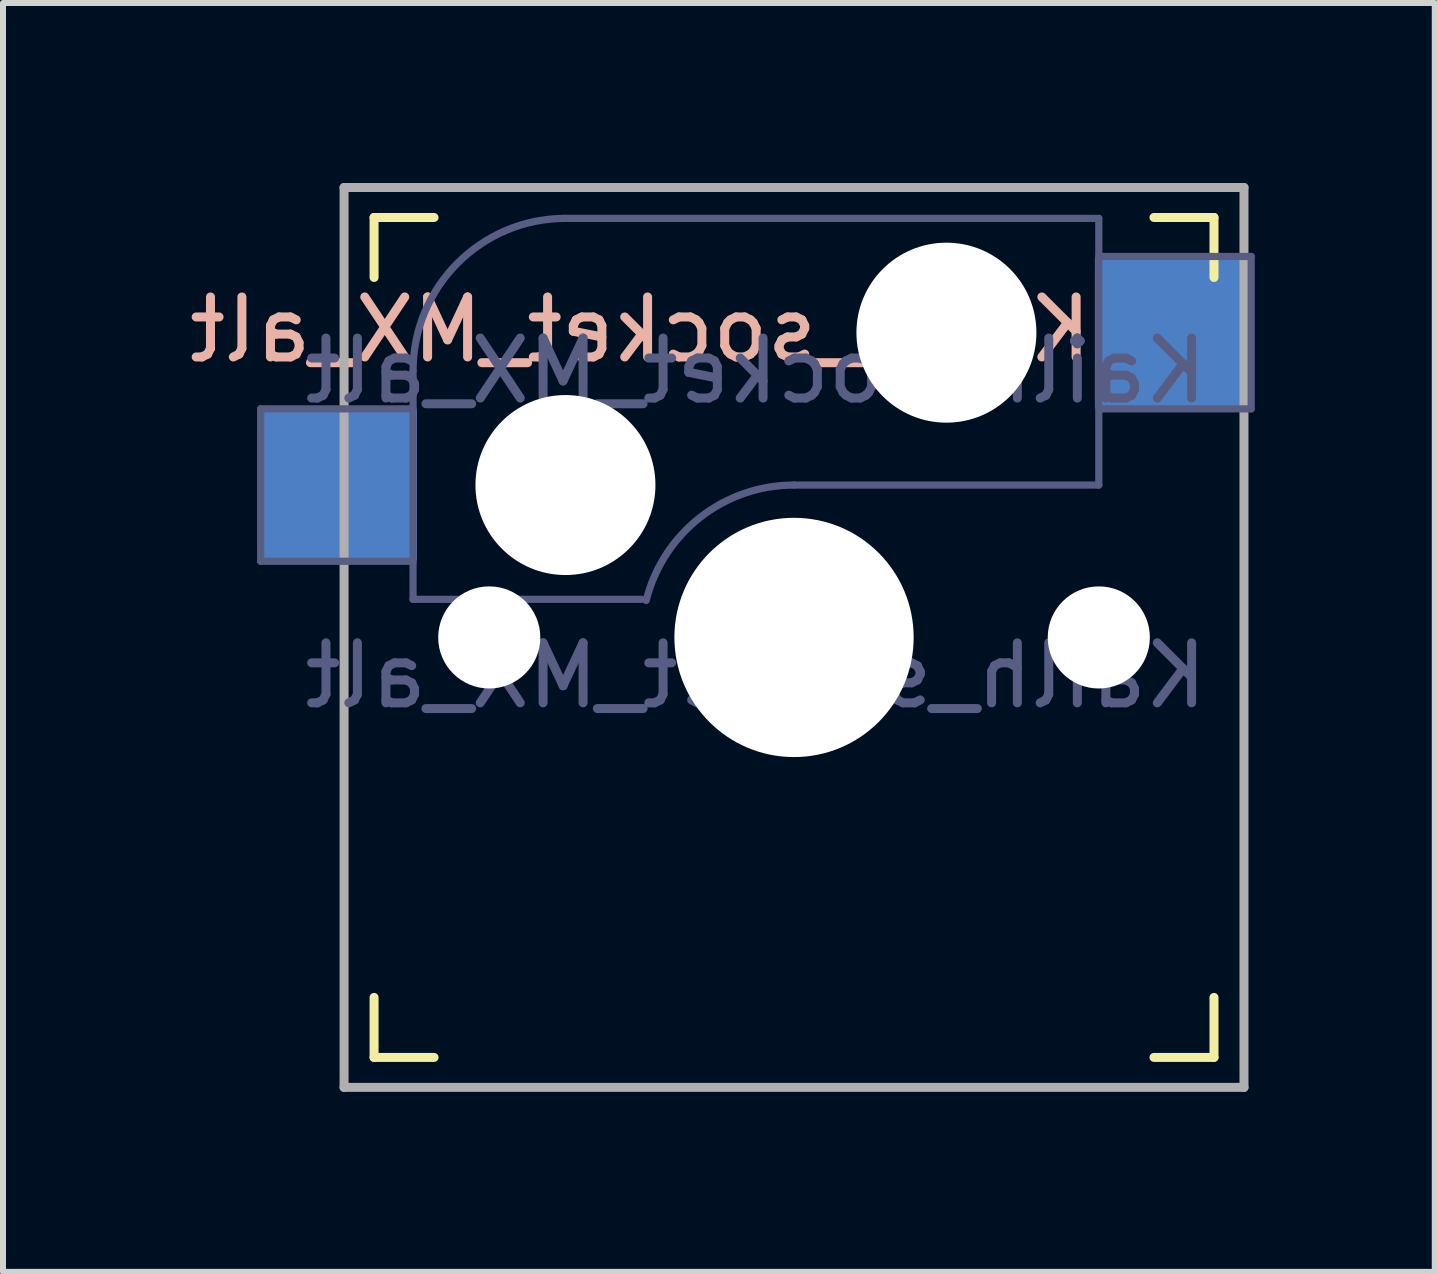
<source format=kicad_pcb>
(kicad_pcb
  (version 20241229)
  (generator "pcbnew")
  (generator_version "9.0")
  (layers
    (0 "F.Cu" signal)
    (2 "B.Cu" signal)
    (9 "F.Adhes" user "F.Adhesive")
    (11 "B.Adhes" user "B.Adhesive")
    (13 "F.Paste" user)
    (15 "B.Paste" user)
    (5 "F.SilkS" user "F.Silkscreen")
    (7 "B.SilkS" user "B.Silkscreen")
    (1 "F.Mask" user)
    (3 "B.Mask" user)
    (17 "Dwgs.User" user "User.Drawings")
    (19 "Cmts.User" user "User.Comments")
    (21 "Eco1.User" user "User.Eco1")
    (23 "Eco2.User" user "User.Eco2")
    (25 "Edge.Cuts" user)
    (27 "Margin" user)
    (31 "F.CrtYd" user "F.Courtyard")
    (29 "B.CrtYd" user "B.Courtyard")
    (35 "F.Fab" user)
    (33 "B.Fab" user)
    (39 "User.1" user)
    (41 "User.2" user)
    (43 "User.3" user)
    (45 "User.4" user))
  (footprint "Kailh_socket_MX_alt"
    (layer "F.Cu")
    (at 10.185 7.575)
    (property "Reference" "Kailh_socket_MX_alt" (at -2.56 -5.13 0) (layer "B.SilkS") (effects (font (size 1 1) (thickness 0.15)) (justify mirror)))
    (property "Value" "Kailh_socket_MX_alt" (at 0 8.255 0) (layer "F.Fab") (hide yes) (effects (font (size 1 1) (thickness 0.15))))
    (attr smd)
    (fp_line (start -7 -6) (end -7 -7) (stroke (width 0.15) (type solid)) (layer "F.SilkS"))
    (fp_line (start -7 7) (end -7 6) (stroke (width 0.15) (type solid)) (layer "F.SilkS"))
    (fp_line (start -7 7) (end -6 7) (stroke (width 0.15) (type solid)) (layer "F.SilkS"))
    (fp_line (start -6 -7) (end -7 -7) (stroke (width 0.15) (type solid)) (layer "F.SilkS"))
    (fp_line (start 6 7) (end 7 7) (stroke (width 0.15) (type solid)) (layer "F.SilkS"))
    (fp_line (start 7 -7) (end 6 -7) (stroke (width 0.15) (type solid)) (layer "F.SilkS"))
    (fp_line (start 7 -7) (end 7 -6) (stroke (width 0.15) (type solid)) (layer "F.SilkS"))
    (fp_line (start 7 6) (end 7 7) (stroke (width 0.15) (type solid)) (layer "F.SilkS"))
    (fp_line (start -6.9 6.9) (end -6.9 -6.9) (stroke (width 0.15) (type solid)) (layer "Eco2.User"))
    (fp_line (start -6.9 6.9) (end 6.9 6.9) (stroke (width 0.15) (type solid)) (layer "Eco2.User"))
    (fp_line (start 6.9 -6.9) (end -6.9 -6.9) (stroke (width 0.15) (type solid)) (layer "Eco2.User"))
    (fp_line (start 6.9 -6.9) (end 6.9 6.9) (stroke (width 0.15) (type solid)) (layer "Eco2.User"))
    (fp_line (start -8.89 -3.81) (end -6.35 -3.81) (stroke (width 0.12) (type solid)) (layer "B.Fab"))
    (fp_line (start -8.89 -1.27) (end -8.89 -3.81) (stroke (width 0.12) (type solid)) (layer "B.Fab"))
    (fp_line (start -6.35 -1.27) (end -8.89 -1.27) (stroke (width 0.12) (type solid)) (layer "B.Fab"))
    (fp_line (start -6.35 -0.635) (end -6.35 -4.445) (stroke (width 0.12) (type solid)) (layer "B.Fab"))
    (fp_line (start -6.35 -0.635) (end -2.54 -0.635) (stroke (width 0.12) (type solid)) (layer "B.Fab"))
    (fp_line (start -3.81 -6.985) (end 5.08 -6.985) (stroke (width 0.12) (type solid)) (layer "B.Fab"))
    (fp_line (start 5.08 -6.985) (end 5.08 -2.54) (stroke (width 0.12) (type solid)) (layer "B.Fab"))
    (fp_line (start 5.08 -6.35) (end 7.62 -6.35) (stroke (width 0.12) (type solid)) (layer "B.Fab"))
    (fp_line (start 5.08 -2.54) (end 0 -2.54) (stroke (width 0.12) (type solid)) (layer "B.Fab"))
    (fp_line (start 7.62 -6.35) (end 7.62 -3.81) (stroke (width 0.12) (type solid)) (layer "B.Fab"))
    (fp_line (start 7.62 -3.81) (end 5.08 -3.81) (stroke (width 0.12) (type solid)) (layer "B.Fab"))
    (fp_arc (start -6.35 -4.445) (mid -5.606051 -6.241051) (end -3.81 -6.985) (stroke (width 0.12) (type solid)) (layer "B.Fab"))
    (fp_arc (start -2.464162 -0.61604) (mid -1.563147 -2.002042) (end 0 -2.54) (stroke (width 0.12) (type solid)) (layer "B.Fab"))
    (fp_line (start -7.5 -7.5) (end 7.5 -7.5) (stroke (width 0.15) (type solid)) (layer "F.Fab"))
    (fp_line (start -7.5 7.5) (end -7.5 -7.5) (stroke (width 0.15) (type solid)) (layer "F.Fab"))
    (fp_line (start 7.5 -7.5) (end 7.5 7.5) (stroke (width 0.15) (type solid)) (layer "F.Fab"))
    (fp_line (start 7.5 7.5) (end -7.5 7.5) (stroke (width 0.15) (type solid)) (layer "F.Fab"))
    (fp_text user "${REFERENCE}" (at -0.635 -4.445 0) (layer "B.Fab") (effects (font (size 1 1) (thickness 0.15)) (justify mirror)))
    (fp_text user "${VALUE}" (at -0.635 0.635 0) (layer "B.Fab") (effects (font (size 1 1) (thickness 0.15)) (justify mirror)))
    (pad "" np_thru_hole circle (at -5.08 0) (size 1.702 1.702) (drill 1.702) (layers "*.Cu" "*.Mask"))
    (pad "" np_thru_hole circle (at -3.81 -2.54) (size 3 3) (drill 3) (layers "*.Cu" "*.Mask"))
    (pad "" np_thru_hole circle (at 0 0) (size 3.988 3.988) (drill 3.988) (layers "*.Cu" "*.Mask"))
    (pad "" np_thru_hole circle (at 2.54 -5.08) (size 3 3) (drill 3) (layers "*.Cu" "*.Mask"))
    (pad "" np_thru_hole circle (at 5.08 0) (size 1.702 1.702) (drill 1.702) (layers "*.Cu" "*.Mask"))
    (pad "1" smd rect (at 6.29 -5.08) (size 2.55 2.5) (layers "B.Cu" "B.Mask" "B.Paste"))
    (pad "2" smd rect (at -7.56 -2.54) (size 2.55 2.5) (layers "B.Cu" "B.Mask" "B.Paste")))
  (gr_rect
    (start -3 -3)
    (end 20.865 18.15)
    (stroke (width 0.1) (type default))
    (fill no)
    (layer "Edge.Cuts")))
</source>
